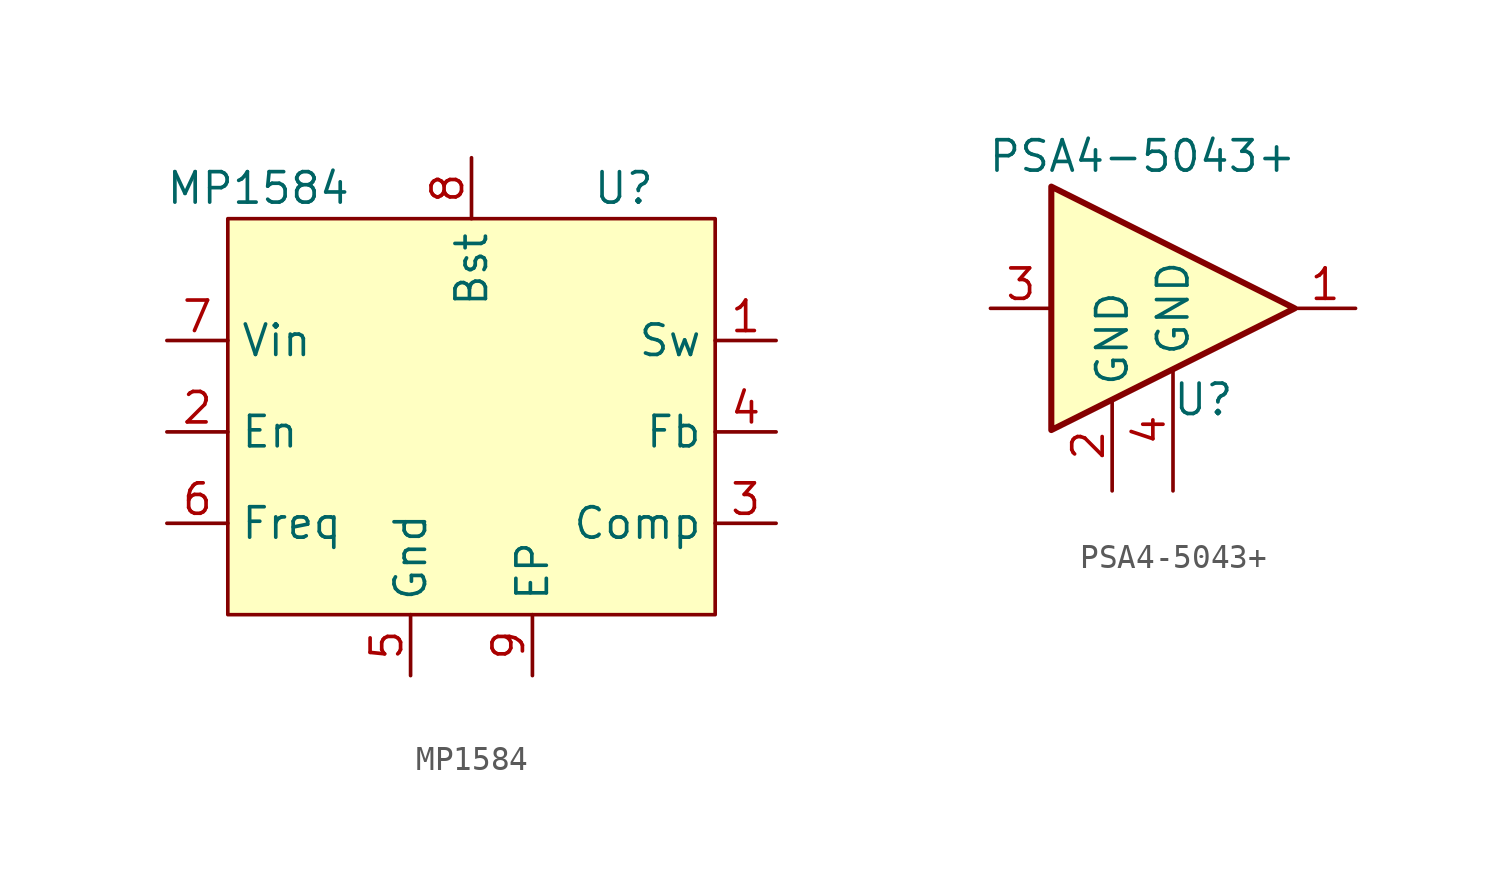
<source format=kicad_sym>
(kicad_symbol_lib
  (version 20231120)
  (generator "kicad_symbol_editor")
  (generator_version "8.0")
  (symbol "MP1584"
    (property "Reference" "U"
      (at 6.35 10.16 0)
      (effects (font (size 1.27 1.27))))
    (property "Value" "MP1584"
      (at -8.89 10.16 0)
      (effects (font (size 1.27 1.27))))
    (symbol "MP1584_0_1"
      (rectangle (start -10.16 8.89) (end 10.16 -7.62) (stroke (width 0.152) (type default)) (fill (type background))))
    (symbol "MP1584_1_1"
      (pin output line (at 12.7 3.81 180) (length 2.54) (name "Sw" (effects (font (size 1.27 1.27)))) (number "1" (effects (font (size 1.27 1.27)))))
      (pin input line (at -12.7 0 0) (length 2.54) (name "En" (effects (font (size 1.27 1.27)))) (number "2" (effects (font (size 1.27 1.27)))))
      (pin passive line (at 12.7 -3.81 180) (length 2.54) (name "Comp" (effects (font (size 1.27 1.27)))) (number "3" (effects (font (size 1.27 1.27)))))
      (pin input line (at 12.7 0 180) (length 2.54) (name "Fb" (effects (font (size 1.27 1.27)))) (number "4" (effects (font (size 1.27 1.27)))))
      (pin power_in line (at -2.54 -10.16 90) (length 2.54) (name "Gnd" (effects (font (size 1.27 1.27)))) (number "5" (effects (font (size 1.27 1.27)))))
      (pin passive line (at -12.7 -3.81 0) (length 2.54) (name "Freq" (effects (font (size 1.27 1.27)))) (number "6" (effects (font (size 1.27 1.27)))))
      (pin power_in line (at -12.7 3.81 0) (length 2.54) (name "Vin" (effects (font (size 1.27 1.27)))) (number "7" (effects (font (size 1.27 1.27)))))
      (pin passive line (at 0 11.43 270) (length 2.54) (name "Bst" (effects (font (size 1.27 1.27)))) (number "8" (effects (font (size 1.27 1.27)))))
      (pin power_in line (at 2.54 -10.16 90) (length 2.54) (name "EP" (effects (font (size 1.27 1.27)))) (number "9" (effects (font (size 1.27 1.27)))))))
  (symbol "PSA4-5043+"
    (property "Reference" "U"
      (at 1.27 -3.81 0)
      (effects (font (size 1.27 1.27))))
    (property "Value" "PSA4-5043+"
      (at -1.27 6.35 0)
      (effects (font (size 1.27 1.27))))
    (symbol "PSA4-5043+_0_1"
      (polyline (pts (xy 5.08 0) (xy -5.08 5.08) (xy -5.08 -5.08) (xy 5.08 0)) (stroke (width 0.254) (type default)) (fill (type background))))
    (symbol "PSA4-5043+_1_1"
      (pin output line (at 7.62 0 180) (length 2.54) (name "~" (effects (font (size 1.27 1.27)))) (number "1" (effects (font (size 1.27 1.27)))))
      (pin power_in line (at -2.54 -7.62 90) (length 3.81) (name "GND" (effects (font (size 1.27 1.27)))) (number "2" (effects (font (size 1.27 1.27)))))
      (pin input line (at -7.62 0 0) (length 2.54) (name "~" (effects (font (size 1.27 1.27)))) (number "3" (effects (font (size 1.27 1.27)))))
      (pin power_in line (at 0 -7.62 90) (length 5.08) (name "GND" (effects (font (size 1.27 1.27)))) (number "4" (effects (font (size 1.27 1.27))))))))
</source>
